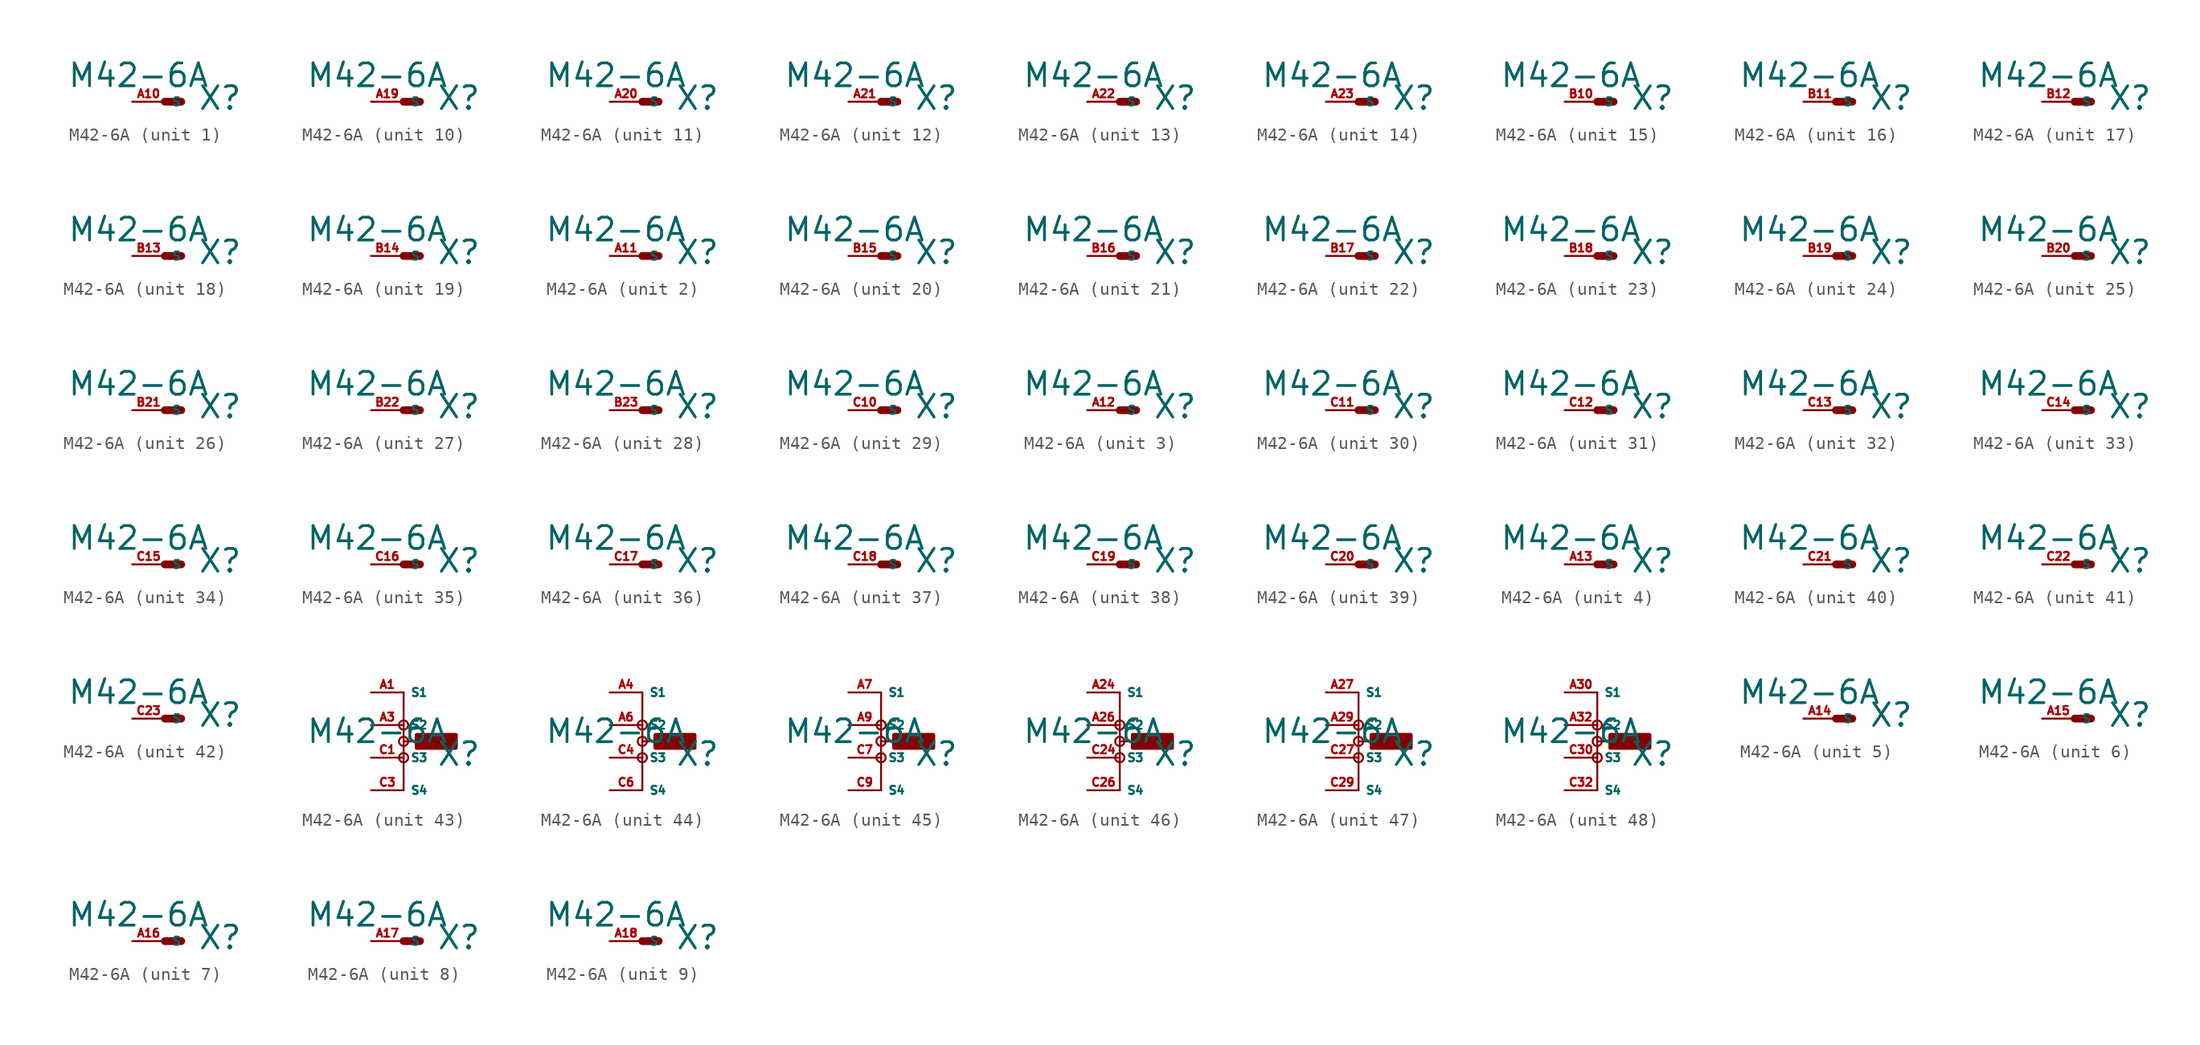
<source format=kicad_sym>
(kicad_symbol_lib
  (version 20220914)
  (generator Eagle2Kicad)
  (symbol "M42-6A"
    (property "Reference" "X"
      (at 2.54 -0.762 0)
      (effects (font (size 1.778 1.778) (thickness 0.22)) (justify left bottom)))
    (property "Value" "M42-6A"
      (at -7.62 1.016 0)
      (effects (font (size 1.778 1.778) (thickness 0.22)) (justify left bottom)))
    (symbol "M42-6A_1_0"
      (polyline (pts (xy 0 0) (xy 1.27 0)) (stroke (width 0.61) (type default)) (fill (type none)))
      (pin passive line (at -2.54 0 0) (length 2.54) (name "S" (effects (font (size 0.635 0.635) (thickness 0.08)) (justify left bottom))) (number "A10" (effects (font (size 0.635 0.635) (thickness 0.08)) (justify left bottom)))))
    (symbol "M42-6A_2_0"
      (polyline (pts (xy 0 0) (xy 1.27 0)) (stroke (width 0.61) (type default)) (fill (type none)))
      (pin passive line (at -2.54 0 0) (length 2.54) (name "S" (effects (font (size 0.635 0.635) (thickness 0.08)) (justify left bottom))) (number "A11" (effects (font (size 0.635 0.635) (thickness 0.08)) (justify left bottom)))))
    (symbol "M42-6A_3_0"
      (polyline (pts (xy 0 0) (xy 1.27 0)) (stroke (width 0.61) (type default)) (fill (type none)))
      (pin passive line (at -2.54 0 0) (length 2.54) (name "S" (effects (font (size 0.635 0.635) (thickness 0.08)) (justify left bottom))) (number "A12" (effects (font (size 0.635 0.635) (thickness 0.08)) (justify left bottom)))))
    (symbol "M42-6A_4_0"
      (polyline (pts (xy 0 0) (xy 1.27 0)) (stroke (width 0.61) (type default)) (fill (type none)))
      (pin passive line (at -2.54 0 0) (length 2.54) (name "S" (effects (font (size 0.635 0.635) (thickness 0.08)) (justify left bottom))) (number "A13" (effects (font (size 0.635 0.635) (thickness 0.08)) (justify left bottom)))))
    (symbol "M42-6A_5_0"
      (polyline (pts (xy 0 0) (xy 1.27 0)) (stroke (width 0.61) (type default)) (fill (type none)))
      (pin passive line (at -2.54 0 0) (length 2.54) (name "S" (effects (font (size 0.635 0.635) (thickness 0.08)) (justify left bottom))) (number "A14" (effects (font (size 0.635 0.635) (thickness 0.08)) (justify left bottom)))))
    (symbol "M42-6A_6_0"
      (polyline (pts (xy 0 0) (xy 1.27 0)) (stroke (width 0.61) (type default)) (fill (type none)))
      (pin passive line (at -2.54 0 0) (length 2.54) (name "S" (effects (font (size 0.635 0.635) (thickness 0.08)) (justify left bottom))) (number "A15" (effects (font (size 0.635 0.635) (thickness 0.08)) (justify left bottom)))))
    (symbol "M42-6A_7_0"
      (polyline (pts (xy 0 0) (xy 1.27 0)) (stroke (width 0.61) (type default)) (fill (type none)))
      (pin passive line (at -2.54 0 0) (length 2.54) (name "S" (effects (font (size 0.635 0.635) (thickness 0.08)) (justify left bottom))) (number "A16" (effects (font (size 0.635 0.635) (thickness 0.08)) (justify left bottom)))))
    (symbol "M42-6A_8_0"
      (polyline (pts (xy 0 0) (xy 1.27 0)) (stroke (width 0.61) (type default)) (fill (type none)))
      (pin passive line (at -2.54 0 0) (length 2.54) (name "S" (effects (font (size 0.635 0.635) (thickness 0.08)) (justify left bottom))) (number "A17" (effects (font (size 0.635 0.635) (thickness 0.08)) (justify left bottom)))))
    (symbol "M42-6A_9_0"
      (polyline (pts (xy 0 0) (xy 1.27 0)) (stroke (width 0.61) (type default)) (fill (type none)))
      (pin passive line (at -2.54 0 0) (length 2.54) (name "S" (effects (font (size 0.635 0.635) (thickness 0.08)) (justify left bottom))) (number "A18" (effects (font (size 0.635 0.635) (thickness 0.08)) (justify left bottom)))))
    (symbol "M42-6A_10_0"
      (polyline (pts (xy 0 0) (xy 1.27 0)) (stroke (width 0.61) (type default)) (fill (type none)))
      (pin passive line (at -2.54 0 0) (length 2.54) (name "S" (effects (font (size 0.635 0.635) (thickness 0.08)) (justify left bottom))) (number "A19" (effects (font (size 0.635 0.635) (thickness 0.08)) (justify left bottom)))))
    (symbol "M42-6A_11_0"
      (polyline (pts (xy 0 0) (xy 1.27 0)) (stroke (width 0.61) (type default)) (fill (type none)))
      (pin passive line (at -2.54 0 0) (length 2.54) (name "S" (effects (font (size 0.635 0.635) (thickness 0.08)) (justify left bottom))) (number "A20" (effects (font (size 0.635 0.635) (thickness 0.08)) (justify left bottom)))))
    (symbol "M42-6A_12_0"
      (polyline (pts (xy 0 0) (xy 1.27 0)) (stroke (width 0.61) (type default)) (fill (type none)))
      (pin passive line (at -2.54 0 0) (length 2.54) (name "S" (effects (font (size 0.635 0.635) (thickness 0.08)) (justify left bottom))) (number "A21" (effects (font (size 0.635 0.635) (thickness 0.08)) (justify left bottom)))))
    (symbol "M42-6A_13_0"
      (polyline (pts (xy 0 0) (xy 1.27 0)) (stroke (width 0.61) (type default)) (fill (type none)))
      (pin passive line (at -2.54 0 0) (length 2.54) (name "S" (effects (font (size 0.635 0.635) (thickness 0.08)) (justify left bottom))) (number "A22" (effects (font (size 0.635 0.635) (thickness 0.08)) (justify left bottom)))))
    (symbol "M42-6A_14_0"
      (polyline (pts (xy 0 0) (xy 1.27 0)) (stroke (width 0.61) (type default)) (fill (type none)))
      (pin passive line (at -2.54 0 0) (length 2.54) (name "S" (effects (font (size 0.635 0.635) (thickness 0.08)) (justify left bottom))) (number "A23" (effects (font (size 0.635 0.635) (thickness 0.08)) (justify left bottom)))))
    (symbol "M42-6A_15_0"
      (polyline (pts (xy 0 0) (xy 1.27 0)) (stroke (width 0.61) (type default)) (fill (type none)))
      (pin passive line (at -2.54 0 0) (length 2.54) (name "S" (effects (font (size 0.635 0.635) (thickness 0.08)) (justify left bottom))) (number "B10" (effects (font (size 0.635 0.635) (thickness 0.08)) (justify left bottom)))))
    (symbol "M42-6A_16_0"
      (polyline (pts (xy 0 0) (xy 1.27 0)) (stroke (width 0.61) (type default)) (fill (type none)))
      (pin passive line (at -2.54 0 0) (length 2.54) (name "S" (effects (font (size 0.635 0.635) (thickness 0.08)) (justify left bottom))) (number "B11" (effects (font (size 0.635 0.635) (thickness 0.08)) (justify left bottom)))))
    (symbol "M42-6A_17_0"
      (polyline (pts (xy 0 0) (xy 1.27 0)) (stroke (width 0.61) (type default)) (fill (type none)))
      (pin passive line (at -2.54 0 0) (length 2.54) (name "S" (effects (font (size 0.635 0.635) (thickness 0.08)) (justify left bottom))) (number "B12" (effects (font (size 0.635 0.635) (thickness 0.08)) (justify left bottom)))))
    (symbol "M42-6A_18_0"
      (polyline (pts (xy 0 0) (xy 1.27 0)) (stroke (width 0.61) (type default)) (fill (type none)))
      (pin passive line (at -2.54 0 0) (length 2.54) (name "S" (effects (font (size 0.635 0.635) (thickness 0.08)) (justify left bottom))) (number "B13" (effects (font (size 0.635 0.635) (thickness 0.08)) (justify left bottom)))))
    (symbol "M42-6A_19_0"
      (polyline (pts (xy 0 0) (xy 1.27 0)) (stroke (width 0.61) (type default)) (fill (type none)))
      (pin passive line (at -2.54 0 0) (length 2.54) (name "S" (effects (font (size 0.635 0.635) (thickness 0.08)) (justify left bottom))) (number "B14" (effects (font (size 0.635 0.635) (thickness 0.08)) (justify left bottom)))))
    (symbol "M42-6A_20_0"
      (polyline (pts (xy 0 0) (xy 1.27 0)) (stroke (width 0.61) (type default)) (fill (type none)))
      (pin passive line (at -2.54 0 0) (length 2.54) (name "S" (effects (font (size 0.635 0.635) (thickness 0.08)) (justify left bottom))) (number "B15" (effects (font (size 0.635 0.635) (thickness 0.08)) (justify left bottom)))))
    (symbol "M42-6A_21_0"
      (polyline (pts (xy 0 0) (xy 1.27 0)) (stroke (width 0.61) (type default)) (fill (type none)))
      (pin passive line (at -2.54 0 0) (length 2.54) (name "S" (effects (font (size 0.635 0.635) (thickness 0.08)) (justify left bottom))) (number "B16" (effects (font (size 0.635 0.635) (thickness 0.08)) (justify left bottom)))))
    (symbol "M42-6A_22_0"
      (polyline (pts (xy 0 0) (xy 1.27 0)) (stroke (width 0.61) (type default)) (fill (type none)))
      (pin passive line (at -2.54 0 0) (length 2.54) (name "S" (effects (font (size 0.635 0.635) (thickness 0.08)) (justify left bottom))) (number "B17" (effects (font (size 0.635 0.635) (thickness 0.08)) (justify left bottom)))))
    (symbol "M42-6A_23_0"
      (polyline (pts (xy 0 0) (xy 1.27 0)) (stroke (width 0.61) (type default)) (fill (type none)))
      (pin passive line (at -2.54 0 0) (length 2.54) (name "S" (effects (font (size 0.635 0.635) (thickness 0.08)) (justify left bottom))) (number "B18" (effects (font (size 0.635 0.635) (thickness 0.08)) (justify left bottom)))))
    (symbol "M42-6A_24_0"
      (polyline (pts (xy 0 0) (xy 1.27 0)) (stroke (width 0.61) (type default)) (fill (type none)))
      (pin passive line (at -2.54 0 0) (length 2.54) (name "S" (effects (font (size 0.635 0.635) (thickness 0.08)) (justify left bottom))) (number "B19" (effects (font (size 0.635 0.635) (thickness 0.08)) (justify left bottom)))))
    (symbol "M42-6A_25_0"
      (polyline (pts (xy 0 0) (xy 1.27 0)) (stroke (width 0.61) (type default)) (fill (type none)))
      (pin passive line (at -2.54 0 0) (length 2.54) (name "S" (effects (font (size 0.635 0.635) (thickness 0.08)) (justify left bottom))) (number "B20" (effects (font (size 0.635 0.635) (thickness 0.08)) (justify left bottom)))))
    (symbol "M42-6A_26_0"
      (polyline (pts (xy 0 0) (xy 1.27 0)) (stroke (width 0.61) (type default)) (fill (type none)))
      (pin passive line (at -2.54 0 0) (length 2.54) (name "S" (effects (font (size 0.635 0.635) (thickness 0.08)) (justify left bottom))) (number "B21" (effects (font (size 0.635 0.635) (thickness 0.08)) (justify left bottom)))))
    (symbol "M42-6A_27_0"
      (polyline (pts (xy 0 0) (xy 1.27 0)) (stroke (width 0.61) (type default)) (fill (type none)))
      (pin passive line (at -2.54 0 0) (length 2.54) (name "S" (effects (font (size 0.635 0.635) (thickness 0.08)) (justify left bottom))) (number "B22" (effects (font (size 0.635 0.635) (thickness 0.08)) (justify left bottom)))))
    (symbol "M42-6A_28_0"
      (polyline (pts (xy 0 0) (xy 1.27 0)) (stroke (width 0.61) (type default)) (fill (type none)))
      (pin passive line (at -2.54 0 0) (length 2.54) (name "S" (effects (font (size 0.635 0.635) (thickness 0.08)) (justify left bottom))) (number "B23" (effects (font (size 0.635 0.635) (thickness 0.08)) (justify left bottom)))))
    (symbol "M42-6A_29_0"
      (polyline (pts (xy 0 0) (xy 1.27 0)) (stroke (width 0.61) (type default)) (fill (type none)))
      (pin passive line (at -2.54 0 0) (length 2.54) (name "S" (effects (font (size 0.635 0.635) (thickness 0.08)) (justify left bottom))) (number "C10" (effects (font (size 0.635 0.635) (thickness 0.08)) (justify left bottom)))))
    (symbol "M42-6A_30_0"
      (polyline (pts (xy 0 0) (xy 1.27 0)) (stroke (width 0.61) (type default)) (fill (type none)))
      (pin passive line (at -2.54 0 0) (length 2.54) (name "S" (effects (font (size 0.635 0.635) (thickness 0.08)) (justify left bottom))) (number "C11" (effects (font (size 0.635 0.635) (thickness 0.08)) (justify left bottom)))))
    (symbol "M42-6A_31_0"
      (polyline (pts (xy 0 0) (xy 1.27 0)) (stroke (width 0.61) (type default)) (fill (type none)))
      (pin passive line (at -2.54 0 0) (length 2.54) (name "S" (effects (font (size 0.635 0.635) (thickness 0.08)) (justify left bottom))) (number "C12" (effects (font (size 0.635 0.635) (thickness 0.08)) (justify left bottom)))))
    (symbol "M42-6A_32_0"
      (polyline (pts (xy 0 0) (xy 1.27 0)) (stroke (width 0.61) (type default)) (fill (type none)))
      (pin passive line (at -2.54 0 0) (length 2.54) (name "S" (effects (font (size 0.635 0.635) (thickness 0.08)) (justify left bottom))) (number "C13" (effects (font (size 0.635 0.635) (thickness 0.08)) (justify left bottom)))))
    (symbol "M42-6A_33_0"
      (polyline (pts (xy 0 0) (xy 1.27 0)) (stroke (width 0.61) (type default)) (fill (type none)))
      (pin passive line (at -2.54 0 0) (length 2.54) (name "S" (effects (font (size 0.635 0.635) (thickness 0.08)) (justify left bottom))) (number "C14" (effects (font (size 0.635 0.635) (thickness 0.08)) (justify left bottom)))))
    (symbol "M42-6A_34_0"
      (polyline (pts (xy 0 0) (xy 1.27 0)) (stroke (width 0.61) (type default)) (fill (type none)))
      (pin passive line (at -2.54 0 0) (length 2.54) (name "S" (effects (font (size 0.635 0.635) (thickness 0.08)) (justify left bottom))) (number "C15" (effects (font (size 0.635 0.635) (thickness 0.08)) (justify left bottom)))))
    (symbol "M42-6A_35_0"
      (polyline (pts (xy 0 0) (xy 1.27 0)) (stroke (width 0.61) (type default)) (fill (type none)))
      (pin passive line (at -2.54 0 0) (length 2.54) (name "S" (effects (font (size 0.635 0.635) (thickness 0.08)) (justify left bottom))) (number "C16" (effects (font (size 0.635 0.635) (thickness 0.08)) (justify left bottom)))))
    (symbol "M42-6A_36_0"
      (polyline (pts (xy 0 0) (xy 1.27 0)) (stroke (width 0.61) (type default)) (fill (type none)))
      (pin passive line (at -2.54 0 0) (length 2.54) (name "S" (effects (font (size 0.635 0.635) (thickness 0.08)) (justify left bottom))) (number "C17" (effects (font (size 0.635 0.635) (thickness 0.08)) (justify left bottom)))))
    (symbol "M42-6A_37_0"
      (polyline (pts (xy 0 0) (xy 1.27 0)) (stroke (width 0.61) (type default)) (fill (type none)))
      (pin passive line (at -2.54 0 0) (length 2.54) (name "S" (effects (font (size 0.635 0.635) (thickness 0.08)) (justify left bottom))) (number "C18" (effects (font (size 0.635 0.635) (thickness 0.08)) (justify left bottom)))))
    (symbol "M42-6A_38_0"
      (polyline (pts (xy 0 0) (xy 1.27 0)) (stroke (width 0.61) (type default)) (fill (type none)))
      (pin passive line (at -2.54 0 0) (length 2.54) (name "S" (effects (font (size 0.635 0.635) (thickness 0.08)) (justify left bottom))) (number "C19" (effects (font (size 0.635 0.635) (thickness 0.08)) (justify left bottom)))))
    (symbol "M42-6A_39_0"
      (polyline (pts (xy 0 0) (xy 1.27 0)) (stroke (width 0.61) (type default)) (fill (type none)))
      (pin passive line (at -2.54 0 0) (length 2.54) (name "S" (effects (font (size 0.635 0.635) (thickness 0.08)) (justify left bottom))) (number "C20" (effects (font (size 0.635 0.635) (thickness 0.08)) (justify left bottom)))))
    (symbol "M42-6A_40_0"
      (polyline (pts (xy 0 0) (xy 1.27 0)) (stroke (width 0.61) (type default)) (fill (type none)))
      (pin passive line (at -2.54 0 0) (length 2.54) (name "S" (effects (font (size 0.635 0.635) (thickness 0.08)) (justify left bottom))) (number "C21" (effects (font (size 0.635 0.635) (thickness 0.08)) (justify left bottom)))))
    (symbol "M42-6A_41_0"
      (polyline (pts (xy 0 0) (xy 1.27 0)) (stroke (width 0.61) (type default)) (fill (type none)))
      (pin passive line (at -2.54 0 0) (length 2.54) (name "S" (effects (font (size 0.635 0.635) (thickness 0.08)) (justify left bottom))) (number "C22" (effects (font (size 0.635 0.635) (thickness 0.08)) (justify left bottom)))))
    (symbol "M42-6A_42_0"
      (polyline (pts (xy 0 0) (xy 1.27 0)) (stroke (width 0.61) (type default)) (fill (type none)))
      (pin passive line (at -2.54 0 0) (length 2.54) (name "S" (effects (font (size 0.635 0.635) (thickness 0.08)) (justify left bottom))) (number "C23" (effects (font (size 0.635 0.635) (thickness 0.08)) (justify left bottom)))))
    (symbol "M42-6A_43_0"
      (polyline (pts (xy 0 5.08) (xy 0 1.27)) (stroke (width 0.152) (type default)) (fill (type none)))
      (polyline (pts (xy 0 1.27) (xy 0 -2.54)) (stroke (width 0.152) (type default)) (fill (type none)))
      (polyline (pts (xy 0 1.27) (xy 1.27 1.27)) (stroke (width 0.152) (type default)) (fill (type none)))
      (circle (center 0 2.54) (radius 0.359) (stroke (width 0) (type default)) (fill (type none)))
      (circle (center 0 0) (radius 0.359) (stroke (width 0) (type default)) (fill (type none)))
      (circle (center 0 1.27) (radius 0.359) (stroke (width 0) (type default)) (fill (type none)))
      (rectangle (start 1.016 1.016) (end 3.81 1.651) (stroke (width 0.3) (type default)) (fill (type outline)))
      (rectangle (start 1.016 1.016) (end 3.81 1.651) (stroke (width 0.3) (type default)) (fill (type outline)))
      (rectangle (start 1.016 1.016) (end 3.81 1.524) (stroke (width 0.3) (type default)) (fill (type outline)))
      (rectangle (start 1.016 0.762) (end 4.064 1.778) (stroke (width 0.3) (type default)) (fill (type outline)))
      (pin passive line (at -2.54 5.08 0) (length 2.54) (name "S1" (effects (font (size 0.635 0.635) (thickness 0.08)) (justify left bottom))) (number "A1" (effects (font (size 0.635 0.635) (thickness 0.08)) (justify left bottom))))
      (pin passive line (at -2.54 2.54 0) (length 2.54) (name "S2" (effects (font (size 0.635 0.635) (thickness 0.08)) (justify left bottom))) (number "A3" (effects (font (size 0.635 0.635) (thickness 0.08)) (justify left bottom))))
      (pin passive line (at -2.54 0 0) (length 2.54) (name "S3" (effects (font (size 0.635 0.635) (thickness 0.08)) (justify left bottom))) (number "C1" (effects (font (size 0.635 0.635) (thickness 0.08)) (justify left bottom))))
      (pin passive line (at -2.54 -2.54 0) (length 2.54) (name "S4" (effects (font (size 0.635 0.635) (thickness 0.08)) (justify left bottom))) (number "C3" (effects (font (size 0.635 0.635) (thickness 0.08)) (justify left bottom)))))
    (symbol "M42-6A_44_0"
      (polyline (pts (xy 0 5.08) (xy 0 1.27)) (stroke (width 0.152) (type default)) (fill (type none)))
      (polyline (pts (xy 0 1.27) (xy 0 -2.54)) (stroke (width 0.152) (type default)) (fill (type none)))
      (polyline (pts (xy 0 1.27) (xy 1.27 1.27)) (stroke (width 0.152) (type default)) (fill (type none)))
      (circle (center 0 2.54) (radius 0.359) (stroke (width 0) (type default)) (fill (type none)))
      (circle (center 0 0) (radius 0.359) (stroke (width 0) (type default)) (fill (type none)))
      (circle (center 0 1.27) (radius 0.359) (stroke (width 0) (type default)) (fill (type none)))
      (rectangle (start 1.016 1.016) (end 3.81 1.651) (stroke (width 0.3) (type default)) (fill (type outline)))
      (rectangle (start 1.016 1.016) (end 3.81 1.651) (stroke (width 0.3) (type default)) (fill (type outline)))
      (rectangle (start 1.016 1.016) (end 3.81 1.524) (stroke (width 0.3) (type default)) (fill (type outline)))
      (rectangle (start 1.016 0.762) (end 4.064 1.778) (stroke (width 0.3) (type default)) (fill (type outline)))
      (pin passive line (at -2.54 5.08 0) (length 2.54) (name "S1" (effects (font (size 0.635 0.635) (thickness 0.08)) (justify left bottom))) (number "A4" (effects (font (size 0.635 0.635) (thickness 0.08)) (justify left bottom))))
      (pin passive line (at -2.54 2.54 0) (length 2.54) (name "S2" (effects (font (size 0.635 0.635) (thickness 0.08)) (justify left bottom))) (number "A6" (effects (font (size 0.635 0.635) (thickness 0.08)) (justify left bottom))))
      (pin passive line (at -2.54 0 0) (length 2.54) (name "S3" (effects (font (size 0.635 0.635) (thickness 0.08)) (justify left bottom))) (number "C4" (effects (font (size 0.635 0.635) (thickness 0.08)) (justify left bottom))))
      (pin passive line (at -2.54 -2.54 0) (length 2.54) (name "S4" (effects (font (size 0.635 0.635) (thickness 0.08)) (justify left bottom))) (number "C6" (effects (font (size 0.635 0.635) (thickness 0.08)) (justify left bottom)))))
    (symbol "M42-6A_45_0"
      (polyline (pts (xy 0 5.08) (xy 0 1.27)) (stroke (width 0.152) (type default)) (fill (type none)))
      (polyline (pts (xy 0 1.27) (xy 0 -2.54)) (stroke (width 0.152) (type default)) (fill (type none)))
      (polyline (pts (xy 0 1.27) (xy 1.27 1.27)) (stroke (width 0.152) (type default)) (fill (type none)))
      (circle (center 0 2.54) (radius 0.359) (stroke (width 0) (type default)) (fill (type none)))
      (circle (center 0 0) (radius 0.359) (stroke (width 0) (type default)) (fill (type none)))
      (circle (center 0 1.27) (radius 0.359) (stroke (width 0) (type default)) (fill (type none)))
      (rectangle (start 1.016 1.016) (end 3.81 1.651) (stroke (width 0.3) (type default)) (fill (type outline)))
      (rectangle (start 1.016 1.016) (end 3.81 1.651) (stroke (width 0.3) (type default)) (fill (type outline)))
      (rectangle (start 1.016 1.016) (end 3.81 1.524) (stroke (width 0.3) (type default)) (fill (type outline)))
      (rectangle (start 1.016 0.762) (end 4.064 1.778) (stroke (width 0.3) (type default)) (fill (type outline)))
      (pin passive line (at -2.54 5.08 0) (length 2.54) (name "S1" (effects (font (size 0.635 0.635) (thickness 0.08)) (justify left bottom))) (number "A7" (effects (font (size 0.635 0.635) (thickness 0.08)) (justify left bottom))))
      (pin passive line (at -2.54 2.54 0) (length 2.54) (name "S2" (effects (font (size 0.635 0.635) (thickness 0.08)) (justify left bottom))) (number "A9" (effects (font (size 0.635 0.635) (thickness 0.08)) (justify left bottom))))
      (pin passive line (at -2.54 0 0) (length 2.54) (name "S3" (effects (font (size 0.635 0.635) (thickness 0.08)) (justify left bottom))) (number "C7" (effects (font (size 0.635 0.635) (thickness 0.08)) (justify left bottom))))
      (pin passive line (at -2.54 -2.54 0) (length 2.54) (name "S4" (effects (font (size 0.635 0.635) (thickness 0.08)) (justify left bottom))) (number "C9" (effects (font (size 0.635 0.635) (thickness 0.08)) (justify left bottom)))))
    (symbol "M42-6A_46_0"
      (polyline (pts (xy 0 5.08) (xy 0 1.27)) (stroke (width 0.152) (type default)) (fill (type none)))
      (polyline (pts (xy 0 1.27) (xy 0 -2.54)) (stroke (width 0.152) (type default)) (fill (type none)))
      (polyline (pts (xy 0 1.27) (xy 1.27 1.27)) (stroke (width 0.152) (type default)) (fill (type none)))
      (circle (center 0 2.54) (radius 0.359) (stroke (width 0) (type default)) (fill (type none)))
      (circle (center 0 0) (radius 0.359) (stroke (width 0) (type default)) (fill (type none)))
      (circle (center 0 1.27) (radius 0.359) (stroke (width 0) (type default)) (fill (type none)))
      (rectangle (start 1.016 1.016) (end 3.81 1.651) (stroke (width 0.3) (type default)) (fill (type outline)))
      (rectangle (start 1.016 1.016) (end 3.81 1.651) (stroke (width 0.3) (type default)) (fill (type outline)))
      (rectangle (start 1.016 1.016) (end 3.81 1.524) (stroke (width 0.3) (type default)) (fill (type outline)))
      (rectangle (start 1.016 0.762) (end 4.064 1.778) (stroke (width 0.3) (type default)) (fill (type outline)))
      (pin passive line (at -2.54 5.08 0) (length 2.54) (name "S1" (effects (font (size 0.635 0.635) (thickness 0.08)) (justify left bottom))) (number "A24" (effects (font (size 0.635 0.635) (thickness 0.08)) (justify left bottom))))
      (pin passive line (at -2.54 2.54 0) (length 2.54) (name "S2" (effects (font (size 0.635 0.635) (thickness 0.08)) (justify left bottom))) (number "A26" (effects (font (size 0.635 0.635) (thickness 0.08)) (justify left bottom))))
      (pin passive line (at -2.54 0 0) (length 2.54) (name "S3" (effects (font (size 0.635 0.635) (thickness 0.08)) (justify left bottom))) (number "C24" (effects (font (size 0.635 0.635) (thickness 0.08)) (justify left bottom))))
      (pin passive line (at -2.54 -2.54 0) (length 2.54) (name "S4" (effects (font (size 0.635 0.635) (thickness 0.08)) (justify left bottom))) (number "C26" (effects (font (size 0.635 0.635) (thickness 0.08)) (justify left bottom)))))
    (symbol "M42-6A_47_0"
      (polyline (pts (xy 0 5.08) (xy 0 1.27)) (stroke (width 0.152) (type default)) (fill (type none)))
      (polyline (pts (xy 0 1.27) (xy 0 -2.54)) (stroke (width 0.152) (type default)) (fill (type none)))
      (polyline (pts (xy 0 1.27) (xy 1.27 1.27)) (stroke (width 0.152) (type default)) (fill (type none)))
      (circle (center 0 2.54) (radius 0.359) (stroke (width 0) (type default)) (fill (type none)))
      (circle (center 0 0) (radius 0.359) (stroke (width 0) (type default)) (fill (type none)))
      (circle (center 0 1.27) (radius 0.359) (stroke (width 0) (type default)) (fill (type none)))
      (rectangle (start 1.016 1.016) (end 3.81 1.651) (stroke (width 0.3) (type default)) (fill (type outline)))
      (rectangle (start 1.016 1.016) (end 3.81 1.651) (stroke (width 0.3) (type default)) (fill (type outline)))
      (rectangle (start 1.016 1.016) (end 3.81 1.524) (stroke (width 0.3) (type default)) (fill (type outline)))
      (rectangle (start 1.016 0.762) (end 4.064 1.778) (stroke (width 0.3) (type default)) (fill (type outline)))
      (pin passive line (at -2.54 5.08 0) (length 2.54) (name "S1" (effects (font (size 0.635 0.635) (thickness 0.08)) (justify left bottom))) (number "A27" (effects (font (size 0.635 0.635) (thickness 0.08)) (justify left bottom))))
      (pin passive line (at -2.54 2.54 0) (length 2.54) (name "S2" (effects (font (size 0.635 0.635) (thickness 0.08)) (justify left bottom))) (number "A29" (effects (font (size 0.635 0.635) (thickness 0.08)) (justify left bottom))))
      (pin passive line (at -2.54 0 0) (length 2.54) (name "S3" (effects (font (size 0.635 0.635) (thickness 0.08)) (justify left bottom))) (number "C27" (effects (font (size 0.635 0.635) (thickness 0.08)) (justify left bottom))))
      (pin passive line (at -2.54 -2.54 0) (length 2.54) (name "S4" (effects (font (size 0.635 0.635) (thickness 0.08)) (justify left bottom))) (number "C29" (effects (font (size 0.635 0.635) (thickness 0.08)) (justify left bottom)))))
    (symbol "M42-6A_48_0"
      (polyline (pts (xy 0 5.08) (xy 0 1.27)) (stroke (width 0.152) (type default)) (fill (type none)))
      (polyline (pts (xy 0 1.27) (xy 0 -2.54)) (stroke (width 0.152) (type default)) (fill (type none)))
      (polyline (pts (xy 0 1.27) (xy 1.27 1.27)) (stroke (width 0.152) (type default)) (fill (type none)))
      (circle (center 0 2.54) (radius 0.359) (stroke (width 0) (type default)) (fill (type none)))
      (circle (center 0 0) (radius 0.359) (stroke (width 0) (type default)) (fill (type none)))
      (circle (center 0 1.27) (radius 0.359) (stroke (width 0) (type default)) (fill (type none)))
      (rectangle (start 1.016 1.016) (end 3.81 1.651) (stroke (width 0.3) (type default)) (fill (type outline)))
      (rectangle (start 1.016 1.016) (end 3.81 1.651) (stroke (width 0.3) (type default)) (fill (type outline)))
      (rectangle (start 1.016 1.016) (end 3.81 1.524) (stroke (width 0.3) (type default)) (fill (type outline)))
      (rectangle (start 1.016 0.762) (end 4.064 1.778) (stroke (width 0.3) (type default)) (fill (type outline)))
      (pin passive line (at -2.54 5.08 0) (length 2.54) (name "S1" (effects (font (size 0.635 0.635) (thickness 0.08)) (justify left bottom))) (number "A30" (effects (font (size 0.635 0.635) (thickness 0.08)) (justify left bottom))))
      (pin passive line (at -2.54 2.54 0) (length 2.54) (name "S2" (effects (font (size 0.635 0.635) (thickness 0.08)) (justify left bottom))) (number "A32" (effects (font (size 0.635 0.635) (thickness 0.08)) (justify left bottom))))
      (pin passive line (at -2.54 0 0) (length 2.54) (name "S3" (effects (font (size 0.635 0.635) (thickness 0.08)) (justify left bottom))) (number "C30" (effects (font (size 0.635 0.635) (thickness 0.08)) (justify left bottom))))
      (pin passive line (at -2.54 -2.54 0) (length 2.54) (name "S4" (effects (font (size 0.635 0.635) (thickness 0.08)) (justify left bottom))) (number "C32" (effects (font (size 0.635 0.635) (thickness 0.08)) (justify left bottom)))))))
</source>
